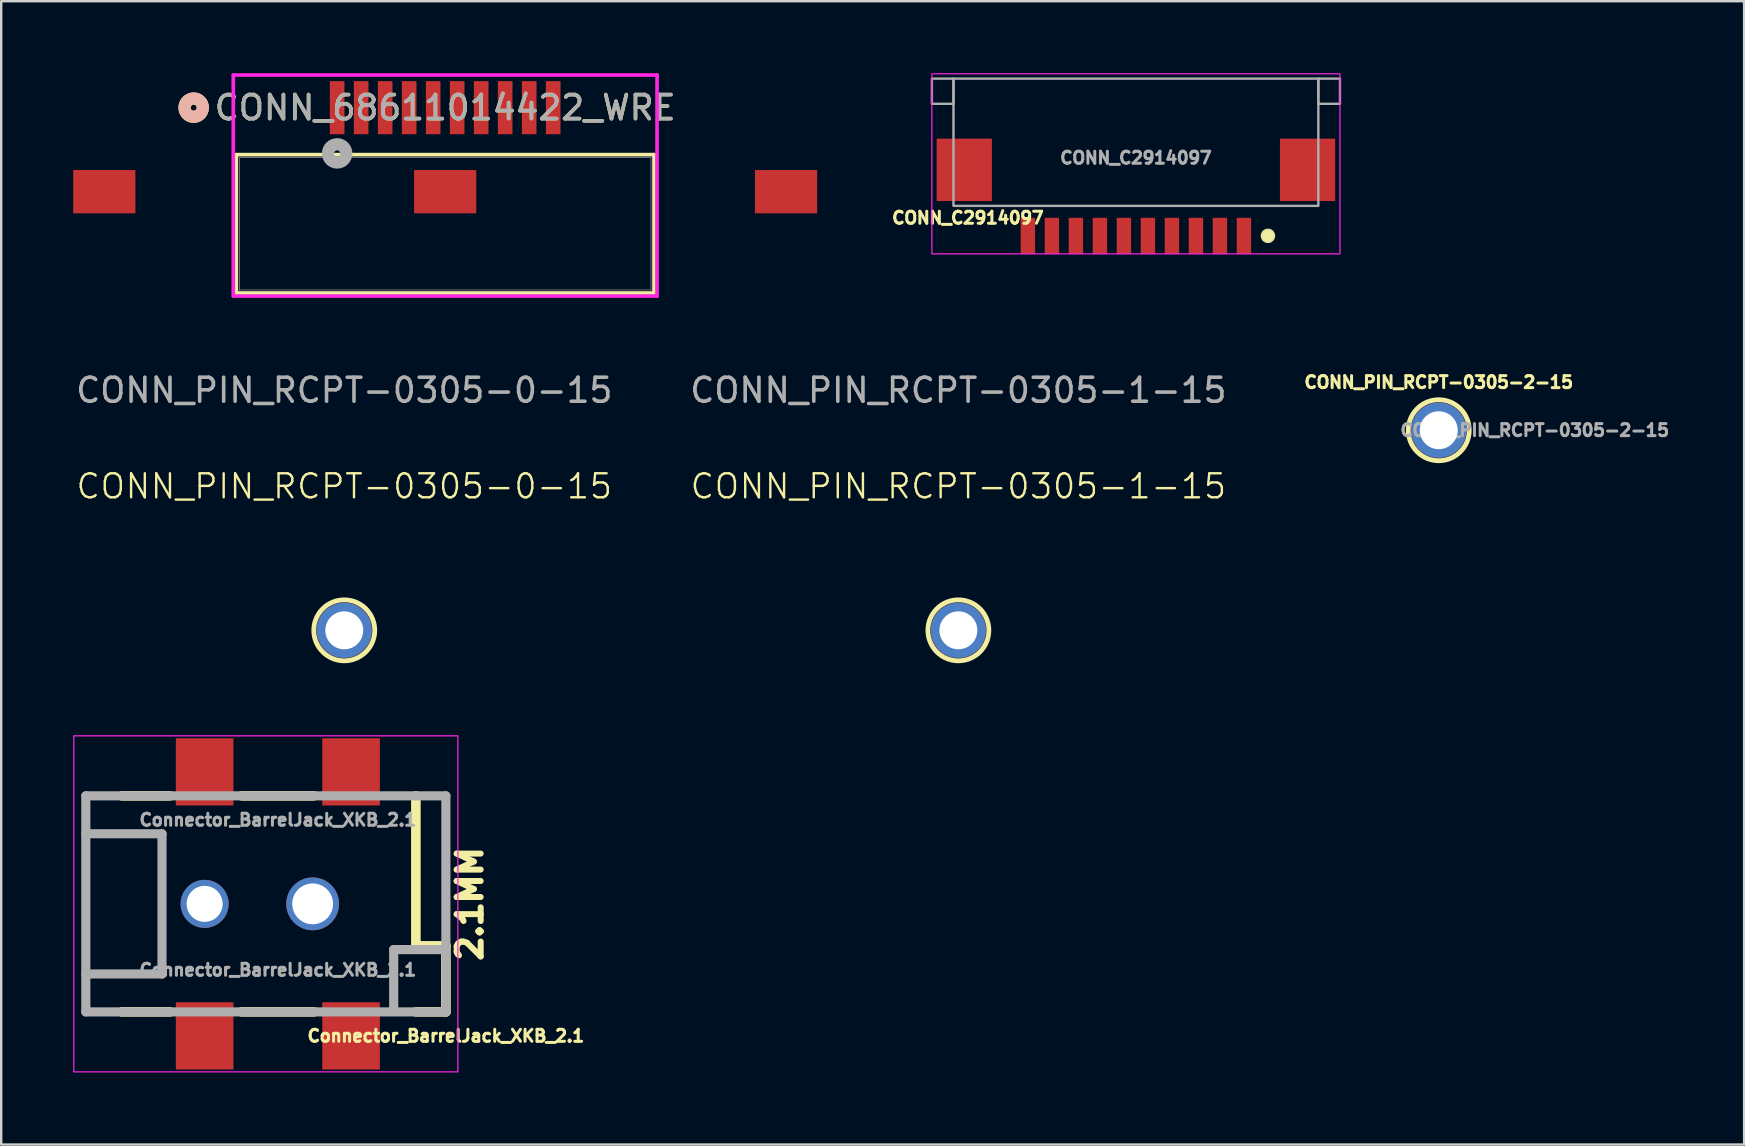
<source format=kicad_pcb>
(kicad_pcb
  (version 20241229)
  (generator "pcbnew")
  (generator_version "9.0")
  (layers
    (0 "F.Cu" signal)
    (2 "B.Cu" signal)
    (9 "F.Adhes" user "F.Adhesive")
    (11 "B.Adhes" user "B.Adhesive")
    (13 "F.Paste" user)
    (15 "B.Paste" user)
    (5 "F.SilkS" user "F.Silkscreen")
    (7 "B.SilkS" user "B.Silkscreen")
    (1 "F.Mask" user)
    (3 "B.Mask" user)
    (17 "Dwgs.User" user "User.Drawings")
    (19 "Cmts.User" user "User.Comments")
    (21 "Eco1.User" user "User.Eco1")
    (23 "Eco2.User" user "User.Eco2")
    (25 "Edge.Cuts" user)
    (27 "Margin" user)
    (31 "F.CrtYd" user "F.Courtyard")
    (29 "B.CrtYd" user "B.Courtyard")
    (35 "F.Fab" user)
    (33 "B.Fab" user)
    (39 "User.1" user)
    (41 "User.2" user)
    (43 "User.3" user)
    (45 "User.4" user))
  (footprint "CONN_68611014422_WRE"
    (layer "F.Cu")
    (at 10.995 1.435)
    (property "Reference" "CONN_68611014422_WRE" (at 4.5 0 0) (unlocked yes) (layer "F.SilkS") (effects (font (size 1 1) (thickness 0.15))))
    (attr smd)
    (fp_line (start -4.199 1.957) (end -4.199 7.722) (stroke (width 0.152) (type solid)) (layer "F.SilkS"))
    (fp_line (start -4.199 7.722) (end 13.2 7.722) (stroke (width 0.152) (type solid)) (layer "F.SilkS"))
    (fp_line (start 13.2 1.957) (end -4.199 1.957) (stroke (width 0.152) (type solid)) (layer "F.SilkS"))
    (fp_line (start 13.2 7.722) (end 13.2 1.957) (stroke (width 0.152) (type solid)) (layer "F.SilkS"))
    (fp_circle (center -5.977 0) (end -5.596 0) (stroke (width 0.508) (type solid)) (fill no) (layer "F.SilkS"))
    (fp_circle (center -5.977 0) (end -5.596 0) (stroke (width 0.508) (type solid)) (fill no) (layer "B.SilkS"))
    (fp_line (start -4.326 -1.359) (end -4.326 7.849) (stroke (width 0.152) (type solid)) (layer "F.CrtYd"))
    (fp_line (start -4.326 7.849) (end 13.327 7.849) (stroke (width 0.152) (type solid)) (layer "F.CrtYd"))
    (fp_line (start 13.327 -1.359) (end -4.326 -1.359) (stroke (width 0.152) (type solid)) (layer "F.CrtYd"))
    (fp_line (start 13.327 7.849) (end 13.327 -1.359) (stroke (width 0.152) (type solid)) (layer "F.CrtYd"))
    (fp_line (start -4.072 2.084) (end -4.072 7.595) (stroke (width 0.025) (type solid)) (layer "F.Fab"))
    (fp_line (start -4.072 7.595) (end 13.073 7.595) (stroke (width 0.025) (type solid)) (layer "F.Fab"))
    (fp_line (start 13.073 2.084) (end -4.072 2.084) (stroke (width 0.025) (type solid)) (layer "F.Fab"))
    (fp_line (start 13.073 7.595) (end 13.073 2.084) (stroke (width 0.025) (type solid)) (layer "F.Fab"))
    (fp_circle (center 0 1.905) (end 0.381 1.905) (stroke (width 0.508) (type solid)) (fill no) (layer "F.Fab"))
    (fp_text user "${REFERENCE}" (at 4.5 0 0) (unlocked yes) (layer "F.Fab") (effects (font (size 1 1) (thickness 0.15))))
    (pad "1" smd rect (at 0 0) (size 0.61 2.21) (layers "F.Cu" "F.Mask" "F.Paste"))
    (pad "2" smd rect (at 1 0) (size 0.61 2.21) (layers "F.Cu" "F.Mask" "F.Paste"))
    (pad "3" smd rect (at 2 0) (size 0.61 2.21) (layers "F.Cu" "F.Mask" "F.Paste"))
    (pad "4" smd rect (at 3 0) (size 0.61 2.21) (layers "F.Cu" "F.Mask" "F.Paste"))
    (pad "5" smd rect (at 4 0) (size 0.61 2.21) (layers "F.Cu" "F.Mask" "F.Paste"))
    (pad "6" smd rect (at 5 0) (size 0.61 2.21) (layers "F.Cu" "F.Mask" "F.Paste"))
    (pad "7" smd rect (at 6 0) (size 0.61 2.21) (layers "F.Cu" "F.Mask" "F.Paste"))
    (pad "8" smd rect (at 7 0) (size 0.61 2.21) (layers "F.Cu" "F.Mask" "F.Paste"))
    (pad "9" smd rect (at 8 0) (size 0.61 2.21) (layers "F.Cu" "F.Mask" "F.Paste"))
    (pad "10" smd rect (at 9 0) (size 0.61 2.21) (layers "F.Cu" "F.Mask" "F.Paste"))
    (pad "11" smd rect (at -9.7 3.5 90) (size 1.803 2.591) (layers "F.Cu" "F.Mask" "F.Paste"))
    (pad "12" smd rect (at 4.5 3.5 90) (size 1.803 2.591) (layers "F.Cu" "F.Mask" "F.Paste"))
    (pad "13" smd rect (at 18.7 3.5 90) (size 1.803 2.591) (layers "F.Cu" "F.Mask" "F.Paste")))
  (footprint "CONN_C2914097"
    (layer "F.Cu")
    (at 44.271 6.775)
    (property "Reference" "CONN_C2914097" (at -7 -0.75 0) (unlocked yes) (layer "F.SilkS") (effects (font (size 0.5 0.5) (thickness 0.125) (bold yes))))
    (attr smd)
    (fp_circle (center 5.5 0) (end 5.75 0) (stroke (width 0.1) (type solid)) (fill yes) (layer "F.SilkS"))
    (fp_rect (start -8.5 -6.75) (end 8.5 0.75) (stroke (width 0.05) (type default)) (fill no) (layer "F.CrtYd"))
    (fp_rect (start -8.5 -6.55) (end -7.6 -5.5) (stroke (width 0.1) (type default)) (fill no) (layer "F.Fab"))
    (fp_rect (start -7.6 -6.55) (end 7.6 -1.25) (stroke (width 0.1) (type default)) (fill no) (layer "F.Fab"))
    (fp_rect (start 7.6 -6.55) (end 8.5 -5.5) (stroke (width 0.1) (type default)) (fill no) (layer "F.Fab"))
    (fp_circle (center 5.5 0) (end 5.75 0) (stroke (width 0.01) (type solid)) (fill no) (layer "F.Fab"))
    (fp_text user "${REFERENCE}" (at 0 -3.25 0) (unlocked yes) (layer "F.Fab") (effects (font (size 0.5 0.5) (thickness 0.125))))
    (pad "" smd rect (at -7.15 -2.75) (size 2.3 2.6) (layers "F.Cu" "F.Mask" "F.Paste"))
    (pad "" smd rect (at 7.15 -2.75) (size 2.3 2.6) (layers "F.Cu" "F.Mask" "F.Paste"))
    (pad "1" smd rect (at 4.5 0) (size 0.6 1.5) (layers "F.Cu" "F.Mask" "F.Paste"))
    (pad "2" smd rect (at 3.5 0) (size 0.6 1.5) (layers "F.Cu" "F.Mask" "F.Paste"))
    (pad "3" smd rect (at 2.5 0) (size 0.6 1.5) (layers "F.Cu" "F.Mask" "F.Paste"))
    (pad "4" smd rect (at 1.5 0) (size 0.6 1.5) (layers "F.Cu" "F.Mask" "F.Paste"))
    (pad "5" smd rect (at 0.5 0) (size 0.6 1.5) (layers "F.Cu" "F.Mask" "F.Paste"))
    (pad "6" smd rect (at -0.5 0) (size 0.6 1.5) (layers "F.Cu" "F.Mask" "F.Paste"))
    (pad "7" smd rect (at -1.5 0) (size 0.6 1.5) (layers "F.Cu" "F.Mask" "F.Paste"))
    (pad "8" smd rect (at -2.5 0) (size 0.6 1.5) (layers "F.Cu" "F.Mask" "F.Paste"))
    (pad "9" smd rect (at -3.5 0) (size 0.6 1.5) (layers "F.Cu" "F.Mask" "F.Paste"))
    (pad "10" smd rect (at -4.5 0) (size 0.6 1.5) (layers "F.Cu" "F.Mask" "F.Paste")))
  (footprint "CONN_PIN_RCPT-0305-0-15"
    (layer "F.Cu")
    (at 11.292 23.209)
    (property "Reference" "CONN_PIN_RCPT-0305-0-15" (at 0 -6 0) (unlocked yes) (layer "F.SilkS") (effects (font (size 1 1) (thickness 0.1))))
    (attr through_hole)
    (fp_circle (center 0 0) (end 1.27 0) (stroke (width 0.2) (type default)) (fill no) (layer "F.SilkS"))
    (fp_text user "${REFERENCE}" (at 0 -10 0) (unlocked yes) (layer "F.Fab") (effects (font (size 1 1) (thickness 0.15))))
    (pad "1" thru_hole oval (at 0 0) (size 2.3 2.3) (drill 1.58) (layers "*.Cu" "*.Mask")))
  (footprint "Connector_BarrelJack_XKB_2.1"
    (layer "F.Cu")
    (at 8.525 34.604)
    (property "Reference" "Connector_BarrelJack_XKB_2.1" (at 7 5.5 0) (layer "F.SilkS") (effects (font (size 0.5 0.5) (thickness 0.125))))
    (property "Value" "Connector_BarrelJack_XKB_2.1" (at 0 -3.5 0) (layer "F.SilkS") (hide yes) (effects (font (size 0.5 0.5) (thickness 0.125))))
    (attr through_hole)
    (fp_line (start -6.5 -4.5) (end -4.5 -4.5) (stroke (width 0.4) (type default)) (layer "F.SilkS"))
    (fp_line (start -6.5 4.5) (end -4.5 4.5) (stroke (width 0.4) (type default)) (layer "F.SilkS"))
    (fp_line (start -1.5 -4.5) (end 1.5 -4.5) (stroke (width 0.4) (type default)) (layer "F.SilkS"))
    (fp_line (start -1.5 4.5) (end 1.5 4.5) (stroke (width 0.4) (type default)) (layer "F.SilkS"))
    (fp_line (start 5.75 1.75) (end 5.75 -4.5) (stroke (width 0.4) (type default)) (layer "F.SilkS"))
    (fp_line (start 5.75 1.75) (end 7 1.75) (stroke (width 0.4) (type default)) (layer "F.SilkS"))
    (fp_line (start 7 1.75) (end 7 4.5) (stroke (width 0.4) (type default)) (layer "F.SilkS"))
    (fp_line (start 7 4.5) (end 5.75 4.5) (stroke (width 0.4) (type default)) (layer "F.SilkS"))
    (fp_rect (start -8.5 -7) (end 7.5 7) (stroke (width 0.05) (type default)) (fill no) (layer "F.CrtYd"))
    (fp_line (start -8.001 -2.921) (end -4.826 -2.921) (stroke (width 0.381) (type solid)) (layer "F.Fab"))
    (fp_line (start -8 -4.5) (end -8 4.5) (stroke (width 0.381) (type solid)) (layer "F.Fab"))
    (fp_line (start -8 4.5) (end 7 4.5) (stroke (width 0.381) (type solid)) (layer "F.Fab"))
    (fp_line (start -4.826 -2.921) (end -4.826 2.921) (stroke (width 0.381) (type solid)) (layer "F.Fab"))
    (fp_line (start -4.826 2.921) (end -8.001 2.921) (stroke (width 0.381) (type solid)) (layer "F.Fab"))
    (fp_line (start 4.826 1.905) (end 6.985 1.905) (stroke (width 0.381) (type solid)) (layer "F.Fab"))
    (fp_line (start 4.826 4.445) (end 4.826 1.905) (stroke (width 0.381) (type solid)) (layer "F.Fab"))
    (fp_line (start 7 -4.5) (end -8 -4.5) (stroke (width 0.381) (type solid)) (layer "F.Fab"))
    (fp_line (start 7 4.5) (end 7 -4.5) (stroke (width 0.381) (type solid)) (layer "F.Fab"))
    (fp_text user "2.1MM" (at 8 0 90) (layer "F.SilkS") (effects (font (size 1 1) (thickness 0.25) (bold yes))))
    (fp_text user "${VALUE}" (at 0 -3.5 0) (layer "F.Fab") (effects (font (size 0.5 0.5) (thickness 0.125))))
    (fp_text user "${REFERENCE}" (at 0 2.75 0) (layer "F.Fab") (effects (font (size 0.5 0.5) (thickness 0.125))))
    (pad "" thru_hole circle (at -3.05 0) (size 2 2) (drill 1.5) (layers "*.Cu" "*.Mask"))
    (pad "" thru_hole circle (at 1.45 0) (size 2.2 2.2) (drill 1.7) (layers "*.Cu" "*.Mask"))
    (pad "1" smd rect (at -3.05 -5.5) (size 2.4 2.8) (layers "F.Cu" "F.Mask" "F.Paste"))
    (pad "1" smd rect (at 3.05 -5.5) (size 2.4 2.8) (layers "F.Cu" "F.Mask" "F.Paste"))
    (pad "2" smd rect (at -3.05 5.5) (size 2.4 2.8) (layers "F.Cu" "F.Mask" "F.Paste"))
    (pad "3" smd rect (at 3.05 5.5) (size 2.4 2.8) (layers "F.Cu" "F.Mask" "F.Paste")))
  (footprint "CONN_PIN_RCPT-0305-1-15"
    (layer "F.Cu")
    (at 36.875 23.209)
    (property "Reference" "CONN_PIN_RCPT-0305-1-15" (at 0 -6 0) (unlocked yes) (layer "F.SilkS") (effects (font (size 1 1) (thickness 0.1))))
    (attr through_hole)
    (fp_circle (center 0 0) (end 1.27 0) (stroke (width 0.2) (type default)) (fill no) (layer "F.SilkS"))
    (fp_text user "${REFERENCE}" (at 0 -10 0) (unlocked yes) (layer "F.Fab") (effects (font (size 1 1) (thickness 0.15))))
    (pad "1" thru_hole oval (at 0 0) (size 2.3 2.3) (drill 1.58) (layers "*.Cu" "*.Mask")))
  (footprint "CONN_PIN_RCPT-0305-2-15"
    (layer "F.Cu")
    (at 56.887 14.873)
    (property "Reference" "CONN_PIN_RCPT-0305-2-15" (at 0 -2 0) (unlocked yes) (layer "F.SilkS") (effects (font (size 0.5 0.5) (thickness 0.125) (bold yes))))
    (attr through_hole)
    (fp_circle (center 0 0) (end 1.27 0) (stroke (width 0.2) (type default)) (fill no) (layer "F.SilkS"))
    (fp_text user "${REFERENCE}" (at 4 0 0) (unlocked yes) (layer "F.Fab") (effects (font (size 0.5 0.5) (thickness 0.125) (bold yes))))
    (pad "1" thru_hole oval (at 0 0) (size 2.3 2.3) (drill 1.58) (layers "*.Cu" "*.Mask")))
  (gr_rect
    (start -3 -3)
    (end 69.608 44.629)
    (stroke (width 0.1) (type default))
    (fill no)
    (layer "Edge.Cuts")))
</source>
